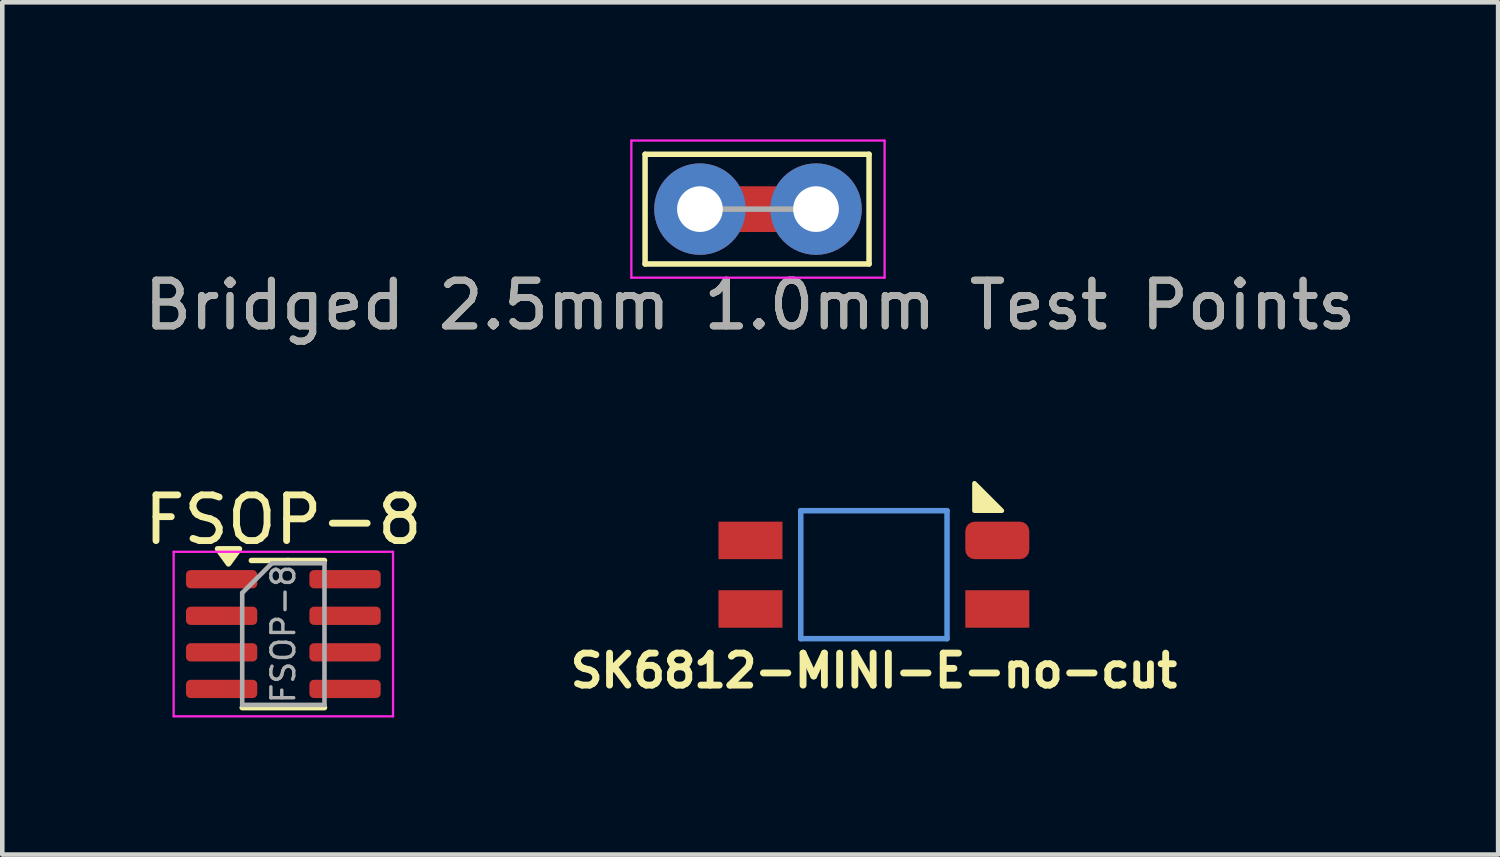
<source format=kicad_pcb>
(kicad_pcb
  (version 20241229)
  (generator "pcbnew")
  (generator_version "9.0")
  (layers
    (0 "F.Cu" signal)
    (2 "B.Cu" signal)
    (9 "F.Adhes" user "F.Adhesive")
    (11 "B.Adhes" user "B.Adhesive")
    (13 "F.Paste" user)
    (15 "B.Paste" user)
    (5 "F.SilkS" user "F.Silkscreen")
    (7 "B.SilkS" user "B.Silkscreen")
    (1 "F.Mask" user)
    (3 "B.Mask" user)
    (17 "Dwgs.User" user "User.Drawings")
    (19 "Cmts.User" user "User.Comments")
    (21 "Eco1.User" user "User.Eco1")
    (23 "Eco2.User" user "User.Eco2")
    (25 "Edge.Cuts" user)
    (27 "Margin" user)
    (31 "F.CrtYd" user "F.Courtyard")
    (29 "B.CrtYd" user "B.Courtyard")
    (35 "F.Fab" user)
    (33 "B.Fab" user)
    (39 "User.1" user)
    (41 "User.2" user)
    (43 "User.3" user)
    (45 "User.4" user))
  (footprint "Bridged 2.5mm 1.0mm Test Points"
    (layer "F.Cu")
    (at 12.263 1.525)
    (property "Reference" "Bridged 2.5mm 1.0mm Test Points" (at 1.1 2.1 0) (layer "F.SilkS") (effects (font (size 1 1) (thickness 0.15))))
    (attr through_hole)
    (fp_line (start 0 0) (end 2.54 0) (stroke (width 1) (type default)) (layer "F.Cu"))
    (fp_line (start -1.2 -1.2) (end -1.2 1.2) (stroke (width 0.12) (type solid)) (layer "F.SilkS"))
    (fp_line (start -1.2 1.2) (end 3.7 1.2) (stroke (width 0.12) (type solid)) (layer "F.SilkS"))
    (fp_line (start 3.7 -1.2) (end -1.2 -1.2) (stroke (width 0.12) (type solid)) (layer "F.SilkS"))
    (fp_line (start 3.7 1.2) (end 3.7 -1.2) (stroke (width 0.12) (type solid)) (layer "F.SilkS"))
    (fp_line (start -1.5 -1.5) (end -1.5 1.5) (stroke (width 0.05) (type solid)) (layer "F.CrtYd"))
    (fp_line (start -1.5 -1.5) (end 4.04 -1.5) (stroke (width 0.05) (type solid)) (layer "F.CrtYd"))
    (fp_line (start 4.04 1.5) (end -1.5 1.5) (stroke (width 0.05) (type solid)) (layer "F.CrtYd"))
    (fp_line (start 4.04 1.5) (end 4.04 -1.5) (stroke (width 0.05) (type solid)) (layer "F.CrtYd"))
    (fp_line (start 2.54 0) (end 0 0) (stroke (width 0.12) (type solid)) (layer "F.Fab"))
    (fp_text user "${REFERENCE}" (at 1.1 2.1 0) (layer "F.Fab") (effects (font (size 1 1) (thickness 0.15))))
    (pad "1" thru_hole circle (at 0 0) (size 2 2) (drill 1) (layers "*.Cu" "*.Mask"))
    (pad "2" thru_hole circle (at 2.54 0) (size 2 2) (drill 1) (layers "*.Cu" "*.Mask")))
  (footprint "FSOP-8"
    (layer "F.Cu")
    (at 3.149 10.822)
    (property "Reference" "FSOP-8" (at 0 -2.5 0) (layer "F.SilkS") (effects (font (size 1 1) (thickness 0.15))))
    (attr smd)
    (fp_line (start -0.9 1.61) (end 0.9 1.61) (stroke (width 0.12) (type solid)) (layer "F.SilkS"))
    (fp_line (start 0.1 -1.61) (end -0.7 -1.61) (stroke (width 0.12) (type solid)) (layer "F.SilkS"))
    (fp_line (start 0.1 -1.61) (end 0.9 -1.61) (stroke (width 0.12) (type solid)) (layer "F.SilkS"))
    (fp_poly (pts (xy -1.2 -1.535) (xy -1.44 -1.865) (xy -0.96 -1.865) (xy -1.2 -1.535)) (stroke (width 0.12) (type solid)) (fill yes) (layer "F.SilkS"))
    (fp_line (start -2.4 -1.8) (end 2.4 -1.8) (stroke (width 0.05) (type solid)) (layer "F.CrtYd"))
    (fp_line (start -2.4 1.8) (end -2.4 -1.8) (stroke (width 0.05) (type solid)) (layer "F.CrtYd"))
    (fp_line (start 2.4 -1.8) (end 2.4 1.8) (stroke (width 0.05) (type solid)) (layer "F.CrtYd"))
    (fp_line (start 2.4 1.8) (end -2.4 1.8) (stroke (width 0.05) (type solid)) (layer "F.CrtYd"))
    (fp_line (start -0.9 -0.9) (end -0.9 1.55) (stroke (width 0.1) (type solid)) (layer "F.Fab"))
    (fp_line (start -0.9 -0.9) (end -0.25 -1.55) (stroke (width 0.1) (type solid)) (layer "F.Fab"))
    (fp_line (start 0.9 -1.55) (end -0.25 -1.55) (stroke (width 0.1) (type solid)) (layer "F.Fab"))
    (fp_line (start 0.9 -1.55) (end 0.9 1.55) (stroke (width 0.1) (type solid)) (layer "F.Fab"))
    (fp_line (start 0.9 1.55) (end -0.9 1.55) (stroke (width 0.1) (type solid)) (layer "F.Fab"))
    (fp_text user "${REFERENCE}" (at 0 0 90) (layer "F.Fab") (effects (font (size 0.5 0.5) (thickness 0.075))))
    (pad "1" smd roundrect (at -1.35 -1.2) (size 1.56 0.4) (layers "F.Cu" "F.Mask" "F.Paste") (roundrect_rratio 0.25))
    (pad "2" smd roundrect (at -1.35 -0.4) (size 1.56 0.4) (layers "F.Cu" "F.Mask" "F.Paste") (roundrect_rratio 0.25))
    (pad "3" smd roundrect (at -1.35 0.4) (size 1.56 0.4) (layers "F.Cu" "F.Mask" "F.Paste") (roundrect_rratio 0.25))
    (pad "4" smd roundrect (at -1.35 1.2) (size 1.56 0.4) (layers "F.Cu" "F.Mask" "F.Paste") (roundrect_rratio 0.25))
    (pad "5" smd roundrect (at 1.35 1.2) (size 1.56 0.4) (layers "F.Cu" "F.Mask" "F.Paste") (roundrect_rratio 0.25))
    (pad "6" smd roundrect (at 1.35 0.4) (size 1.56 0.4) (layers "F.Cu" "F.Mask" "F.Paste") (roundrect_rratio 0.25))
    (pad "7" smd roundrect (at 1.35 -0.4) (size 1.56 0.4) (layers "F.Cu" "F.Mask" "F.Paste") (roundrect_rratio 0.25))
    (pad "8" smd roundrect (at 1.35 -1.2) (size 1.56 0.4) (layers "F.Cu" "F.Mask" "F.Paste") (roundrect_rratio 0.25)))
  (footprint "SK6812-MINI-E-no-cut"
    (layer "F.Cu")
    (at 16.069 9.523)
    (property "Reference" "SK6812-MINI-E-no-cut" (at 0 2.1 0) (unlocked yes) (layer "F.SilkS") (effects (font (size 0.7 0.7) (thickness 0.15))))
    (attr through_hole)
    (fp_poly (pts (xy 2.8 -1.4) (xy 2.2 -1.4) (xy 2.2 -2)) (stroke (width 0.1) (type solid)) (fill yes) (layer "F.SilkS"))
    (fp_line (start -1.6 -1.4) (end 1.6 -1.4) (stroke (width 0.12) (type solid)) (layer "Cmts.User"))
    (fp_line (start -1.6 1.4) (end -1.6 -1.4) (stroke (width 0.12) (type solid)) (layer "Cmts.User"))
    (fp_line (start 1.6 -1.4) (end 1.6 1.4) (stroke (width 0.12) (type solid)) (layer "Cmts.User"))
    (fp_line (start 1.6 1.4) (end -1.6 1.4) (stroke (width 0.12) (type solid)) (layer "Cmts.User"))
    (pad "1" smd rect (at -2.7 0.75) (size 1.4 0.82) (layers "F.Cu" "F.Mask" "F.Paste"))
    (pad "2" smd rect (at -2.7 -0.75) (size 1.4 0.82) (layers "F.Cu" "F.Mask" "F.Paste"))
    (pad "3" smd roundrect (at 2.7 -0.75) (size 1.4 0.82) (layers "F.Cu" "F.Mask" "F.Paste") (roundrect_rratio 0.25))
    (pad "4" smd rect (at 2.7 0.75) (size 1.4 0.82) (layers "F.Cu" "F.Mask" "F.Paste")))
  (gr_rect
    (start -3 -3)
    (end 29.726 15.646)
    (stroke (width 0.1) (type default))
    (fill no)
    (layer "Edge.Cuts")))
</source>
